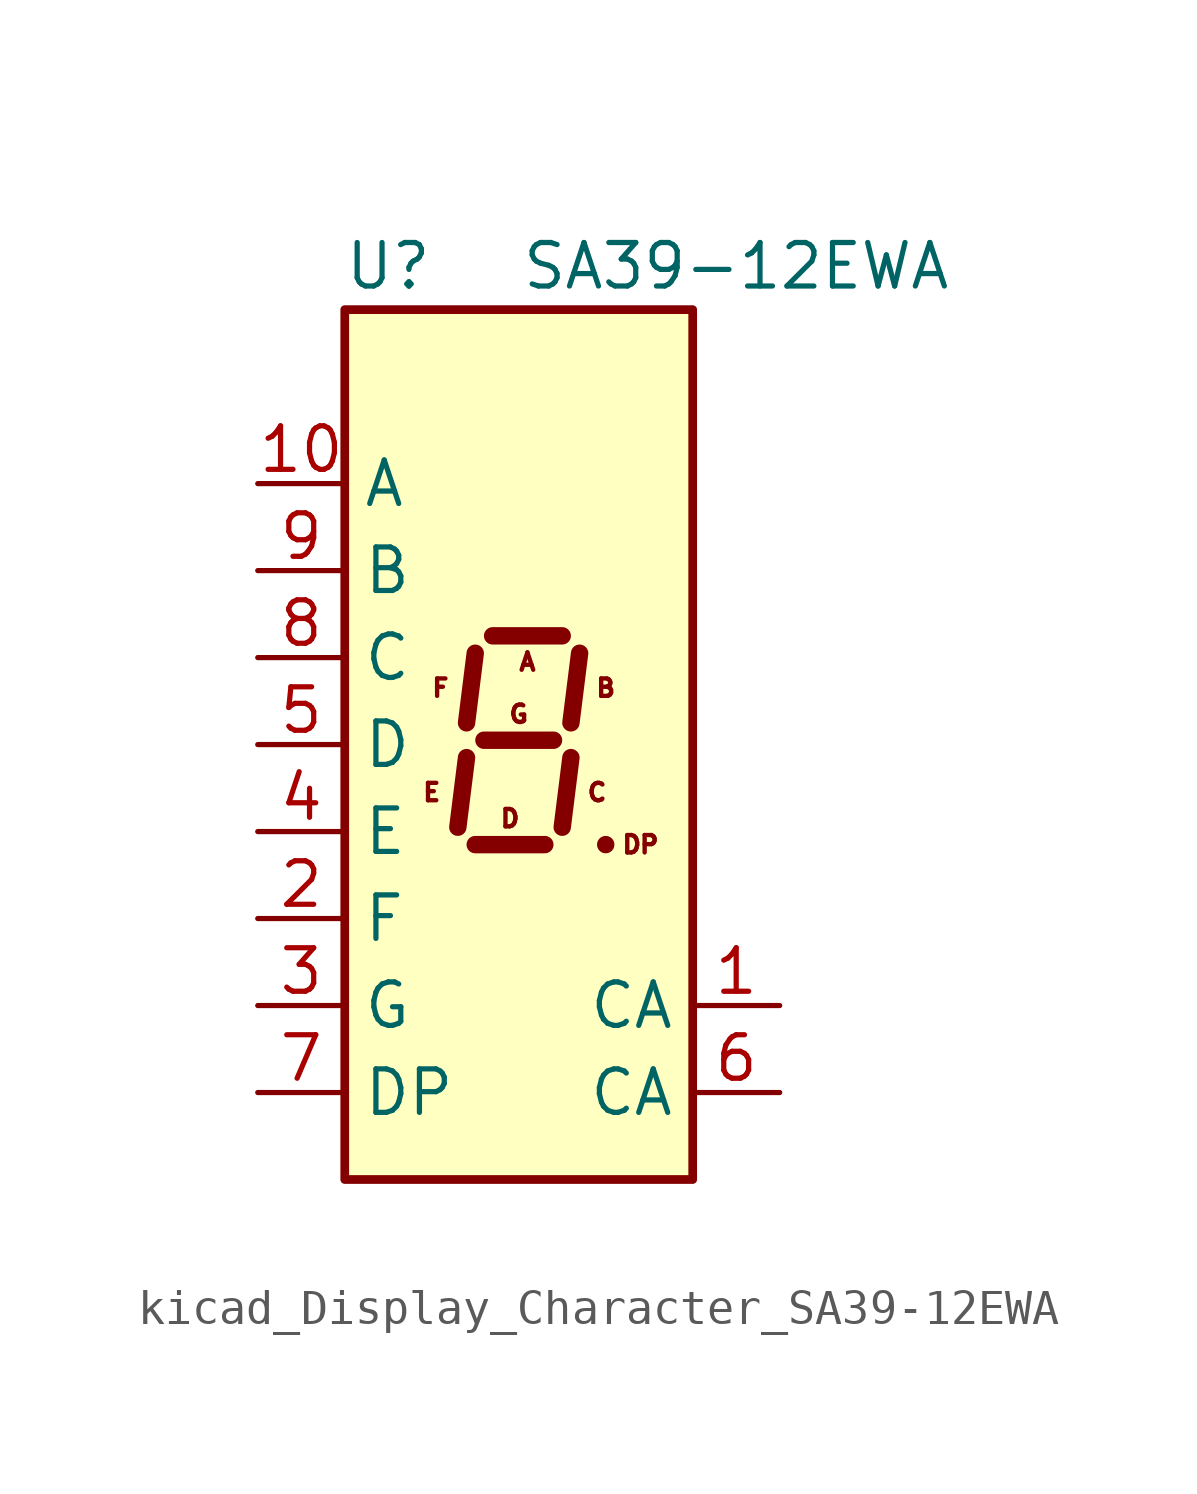
<source format=kicad_sym>
(kicad_symbol_lib
  (version 20220914)
  (generator kicad_symbol_editor)
  (symbol "kicad_Display_Character_SA39-12EWA"
    (property "Reference" "U"
      (at -3.81 13.97 0)
      (effects (font (size 1.27 1.27))))
    (property "Value" "SA39-12EWA"
      (at 6.35 13.97 0)
      (effects (font (size 1.27 1.27))))
    (symbol "kicad_Display_Character_SA39-12EWA_1_0"
      (text "A" (at 0.254 2.413 0) (effects (font (size 0.508 0.508))))
      (text "B" (at 2.54 1.651 0) (effects (font (size 0.508 0.508))))
      (text "C" (at 2.286 -1.397 0) (effects (font (size 0.508 0.508))))
      (text "D" (at -0.254 -2.159 0) (effects (font (size 0.508 0.508))))
      (text "DP" (at 3.556 -2.921 0) (effects (font (size 0.508 0.508))))
      (text "E" (at -2.54 -1.397 0) (effects (font (size 0.508 0.508))))
      (text "F" (at -2.286 1.651 0) (effects (font (size 0.508 0.508))))
      (text "G" (at 0 0.889 0) (effects (font (size 0.508 0.508)))))
    (symbol "kicad_Display_Character_SA39-12EWA_1_1"
      (rectangle (start -5.08 12.7) (end 5.08 -12.7) (stroke (width 0.254) (type default)) (fill (type background)))
      (polyline (pts (xy -1.524 -0.381) (xy -1.778 -2.413)) (stroke (width 0.508) (type default)) (fill (type none)))
      (polyline (pts (xy -1.27 -2.921) (xy 0.762 -2.921)) (stroke (width 0.508) (type default)) (fill (type none)))
      (polyline (pts (xy -1.27 2.667) (xy -1.524 0.635)) (stroke (width 0.508) (type default)) (fill (type none)))
      (polyline (pts (xy -1.016 0.127) (xy 1.016 0.127)) (stroke (width 0.508) (type default)) (fill (type none)))
      (polyline (pts (xy -0.762 3.175) (xy 1.27 3.175)) (stroke (width 0.508) (type default)) (fill (type none)))
      (polyline (pts (xy 1.524 -0.381) (xy 1.27 -2.413)) (stroke (width 0.508) (type default)) (fill (type none)))
      (polyline (pts (xy 1.778 2.667) (xy 1.524 0.635)) (stroke (width 0.508) (type default)) (fill (type none)))
      (polyline (pts (xy 2.54 -2.921) (xy 2.54 -2.921)) (stroke (width 0.508) (type default)) (fill (type none)))
      (pin input line (at 7.62 -7.62 180) (length 2.54) (name "CA" (effects (font (size 1.27 1.27)))) (number "1" (effects (font (size 1.27 1.27)))))
      (pin input line (at -7.62 7.62 0) (length 2.54) (name "A" (effects (font (size 1.27 1.27)))) (number "10" (effects (font (size 1.27 1.27)))))
      (pin input line (at -7.62 -5.08 0) (length 2.54) (name "F" (effects (font (size 1.27 1.27)))) (number "2" (effects (font (size 1.27 1.27)))))
      (pin input line (at -7.62 -7.62 0) (length 2.54) (name "G" (effects (font (size 1.27 1.27)))) (number "3" (effects (font (size 1.27 1.27)))))
      (pin input line (at -7.62 -2.54 0) (length 2.54) (name "E" (effects (font (size 1.27 1.27)))) (number "4" (effects (font (size 1.27 1.27)))))
      (pin input line (at -7.62 0 0) (length 2.54) (name "D" (effects (font (size 1.27 1.27)))) (number "5" (effects (font (size 1.27 1.27)))))
      (pin input line (at 7.62 -10.16 180) (length 2.54) (name "CA" (effects (font (size 1.27 1.27)))) (number "6" (effects (font (size 1.27 1.27)))))
      (pin input line (at -7.62 -10.16 0) (length 2.54) (name "DP" (effects (font (size 1.27 1.27)))) (number "7" (effects (font (size 1.27 1.27)))))
      (pin input line (at -7.62 2.54 0) (length 2.54) (name "C" (effects (font (size 1.27 1.27)))) (number "8" (effects (font (size 1.27 1.27)))))
      (pin input line (at -7.62 5.08 0) (length 2.54) (name "B" (effects (font (size 1.27 1.27)))) (number "9" (effects (font (size 1.27 1.27))))))))
</source>
